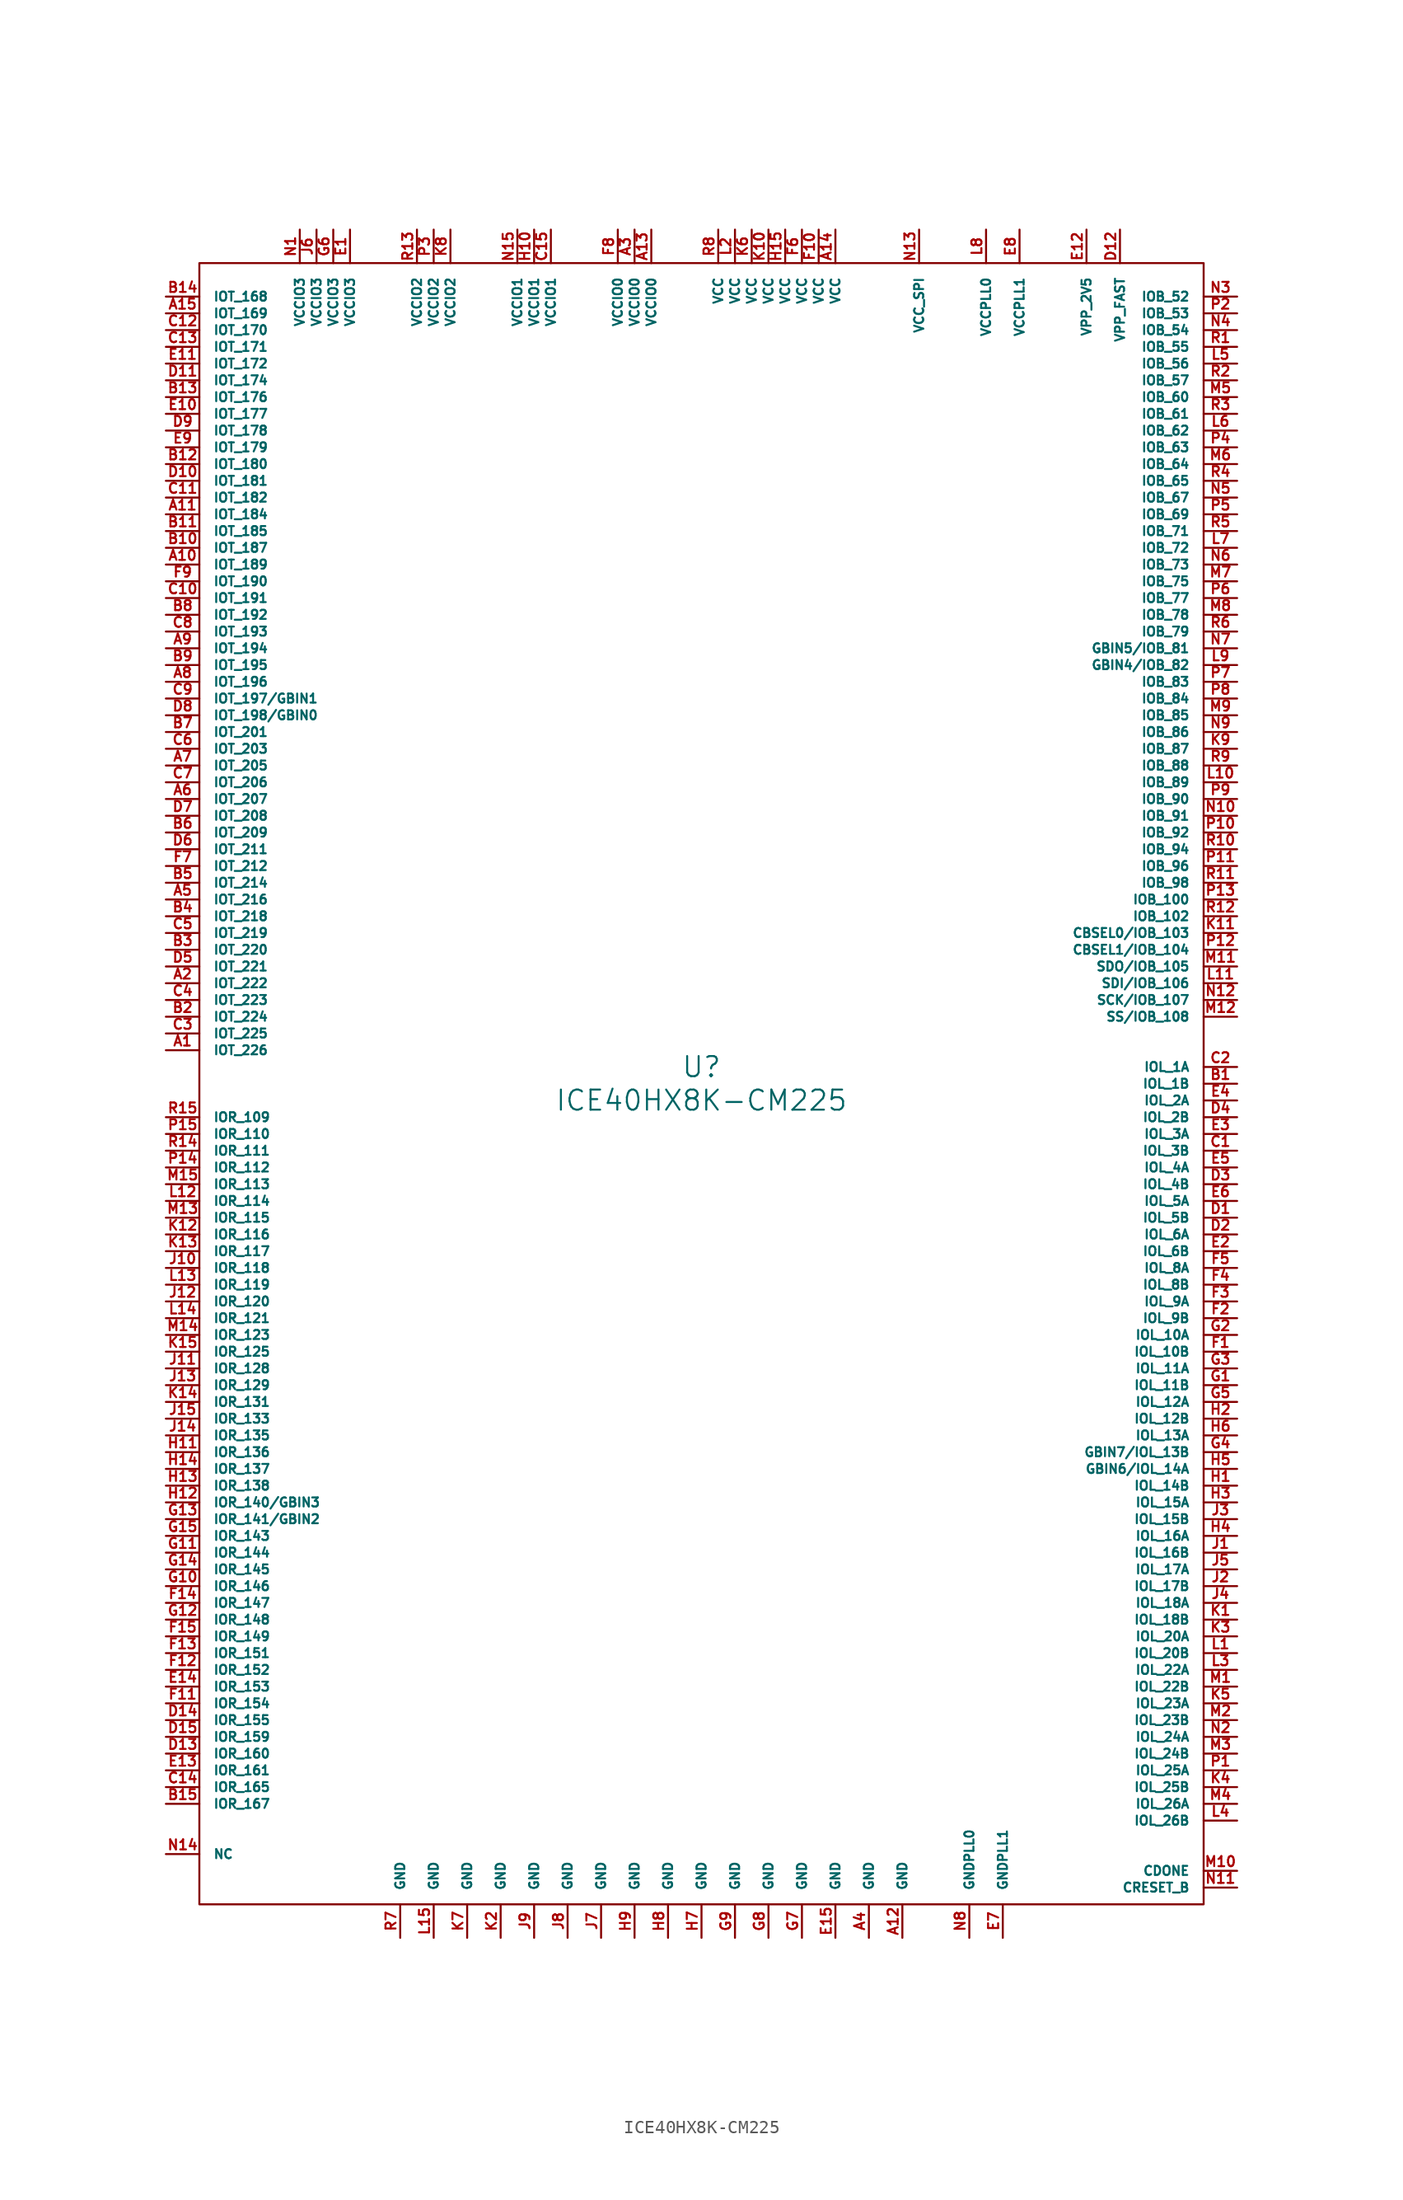
<source format=kicad_sym>
(kicad_symbol_lib
  (version 20220914)
  (generator kicad_symbol_editor)
  (symbol "ICE40HX8K-CM225"
    (pin_names
      (offset 1.016))
    (property "Reference" "U"
      (at 0 1.27 0)
      (effects (font (size 1.524 1.524))))
    (property "Value" "ICE40HX8K-CM225"
      (at 0 -1.27 0)
      (effects (font (size 1.524 1.524))))
    (property "Footprint" ""
      (at 0 3.81 0)
      (effects (font (size 1.524 1.524))))
    (property "Datasheet" ""
      (at 0 0 0)
      (effects (font (size 1.524 1.524))))
    (symbol "ICE40HX8K-CM225_0_1"
      (rectangle (start -38.1 62.23) (end 38.1 -62.23) (stroke (width 0) (type solid)) (fill (type none))))
    (symbol "ICE40HX8K-CM225_1_1"
      (pin passive line (at -40.64 2.54 0) (length 2.54) (name "IOT_226" (effects (font (size 0.686 0.686)))) (number "A1" (effects (font (size 0.762 0.762)))))
      (pin passive line (at -40.64 39.37 0) (length 2.54) (name "IOT_189" (effects (font (size 0.686 0.686)))) (number "A10" (effects (font (size 0.762 0.762)))))
      (pin passive line (at -40.64 43.18 0) (length 2.54) (name "IOT_184" (effects (font (size 0.686 0.686)))) (number "A11" (effects (font (size 0.762 0.762)))))
      (pin passive line (at 15.24 -64.77 90) (length 2.54) (name "GND" (effects (font (size 0.686 0.686)))) (number "A12" (effects (font (size 0.762 0.762)))))
      (pin passive line (at -3.81 64.77 270) (length 2.54) (name "VCCIO0" (effects (font (size 0.686 0.686)))) (number "A13" (effects (font (size 0.762 0.762)))))
      (pin passive line (at 10.16 64.77 270) (length 2.54) (name "VCC" (effects (font (size 0.686 0.686)))) (number "A14" (effects (font (size 0.762 0.762)))))
      (pin passive line (at -40.64 58.42 0) (length 2.54) (name "IOT_169" (effects (font (size 0.686 0.686)))) (number "A15" (effects (font (size 0.762 0.762)))))
      (pin passive line (at -40.64 7.62 0) (length 2.54) (name "IOT_222" (effects (font (size 0.686 0.686)))) (number "A2" (effects (font (size 0.762 0.762)))))
      (pin passive line (at -5.08 64.77 270) (length 2.54) (name "VCCIO0" (effects (font (size 0.686 0.686)))) (number "A3" (effects (font (size 0.762 0.762)))))
      (pin passive line (at 12.7 -64.77 90) (length 2.54) (name "GND" (effects (font (size 0.686 0.686)))) (number "A4" (effects (font (size 0.762 0.762)))))
      (pin passive line (at -40.64 13.97 0) (length 2.54) (name "IOT_216" (effects (font (size 0.686 0.686)))) (number "A5" (effects (font (size 0.762 0.762)))))
      (pin passive line (at -40.64 21.59 0) (length 2.54) (name "IOT_207" (effects (font (size 0.686 0.686)))) (number "A6" (effects (font (size 0.762 0.762)))))
      (pin passive line (at -40.64 24.13 0) (length 2.54) (name "IOT_205" (effects (font (size 0.686 0.686)))) (number "A7" (effects (font (size 0.762 0.762)))))
      (pin passive line (at -40.64 30.48 0) (length 2.54) (name "IOT_196" (effects (font (size 0.686 0.686)))) (number "A8" (effects (font (size 0.762 0.762)))))
      (pin passive line (at -40.64 33.02 0) (length 2.54) (name "IOT_194" (effects (font (size 0.686 0.686)))) (number "A9" (effects (font (size 0.762 0.762)))))
      (pin passive line (at 40.64 0 180) (length 2.54) (name "IOL_1B" (effects (font (size 0.686 0.686)))) (number "B1" (effects (font (size 0.762 0.762)))))
      (pin passive line (at -40.64 40.64 0) (length 2.54) (name "IOT_187" (effects (font (size 0.686 0.686)))) (number "B10" (effects (font (size 0.762 0.762)))))
      (pin passive line (at -40.64 41.91 0) (length 2.54) (name "IOT_185" (effects (font (size 0.686 0.686)))) (number "B11" (effects (font (size 0.762 0.762)))))
      (pin passive line (at -40.64 46.99 0) (length 2.54) (name "IOT_180" (effects (font (size 0.686 0.686)))) (number "B12" (effects (font (size 0.762 0.762)))))
      (pin passive line (at -40.64 52.07 0) (length 2.54) (name "IOT_176" (effects (font (size 0.686 0.686)))) (number "B13" (effects (font (size 0.762 0.762)))))
      (pin passive line (at -40.64 59.69 0) (length 2.54) (name "IOT_168" (effects (font (size 0.686 0.686)))) (number "B14" (effects (font (size 0.762 0.762)))))
      (pin passive line (at -40.64 -54.61 0) (length 2.54) (name "IOR_167" (effects (font (size 0.686 0.686)))) (number "B15" (effects (font (size 0.762 0.762)))))
      (pin passive line (at -40.64 5.08 0) (length 2.54) (name "IOT_224" (effects (font (size 0.686 0.686)))) (number "B2" (effects (font (size 0.762 0.762)))))
      (pin passive line (at -40.64 10.16 0) (length 2.54) (name "IOT_220" (effects (font (size 0.686 0.686)))) (number "B3" (effects (font (size 0.762 0.762)))))
      (pin passive line (at -40.64 12.7 0) (length 2.54) (name "IOT_218" (effects (font (size 0.686 0.686)))) (number "B4" (effects (font (size 0.762 0.762)))))
      (pin passive line (at -40.64 15.24 0) (length 2.54) (name "IOT_214" (effects (font (size 0.686 0.686)))) (number "B5" (effects (font (size 0.762 0.762)))))
      (pin passive line (at -40.64 19.05 0) (length 2.54) (name "IOT_209" (effects (font (size 0.686 0.686)))) (number "B6" (effects (font (size 0.762 0.762)))))
      (pin passive line (at -40.64 26.67 0) (length 2.54) (name "IOT_201" (effects (font (size 0.686 0.686)))) (number "B7" (effects (font (size 0.762 0.762)))))
      (pin passive line (at -40.64 35.56 0) (length 2.54) (name "IOT_192" (effects (font (size 0.686 0.686)))) (number "B8" (effects (font (size 0.762 0.762)))))
      (pin passive line (at -40.64 31.75 0) (length 2.54) (name "IOT_195" (effects (font (size 0.686 0.686)))) (number "B9" (effects (font (size 0.762 0.762)))))
      (pin passive line (at 40.64 -5.08 180) (length 2.54) (name "IOL_3B" (effects (font (size 0.686 0.686)))) (number "C1" (effects (font (size 0.762 0.762)))))
      (pin passive line (at -40.64 36.83 0) (length 2.54) (name "IOT_191" (effects (font (size 0.686 0.686)))) (number "C10" (effects (font (size 0.762 0.762)))))
      (pin passive line (at -40.64 44.45 0) (length 2.54) (name "IOT_182" (effects (font (size 0.686 0.686)))) (number "C11" (effects (font (size 0.762 0.762)))))
      (pin passive line (at -40.64 57.15 0) (length 2.54) (name "IOT_170" (effects (font (size 0.686 0.686)))) (number "C12" (effects (font (size 0.762 0.762)))))
      (pin passive line (at -40.64 55.88 0) (length 2.54) (name "IOT_171" (effects (font (size 0.686 0.686)))) (number "C13" (effects (font (size 0.762 0.762)))))
      (pin passive line (at -40.64 -53.34 0) (length 2.54) (name "IOR_165" (effects (font (size 0.686 0.686)))) (number "C14" (effects (font (size 0.762 0.762)))))
      (pin passive line (at -11.43 64.77 270) (length 2.54) (name "VCCIO1" (effects (font (size 0.686 0.686)))) (number "C15" (effects (font (size 0.762 0.762)))))
      (pin passive line (at 40.64 1.27 180) (length 2.54) (name "IOL_1A" (effects (font (size 0.686 0.686)))) (number "C2" (effects (font (size 0.762 0.762)))))
      (pin passive line (at -40.64 3.81 0) (length 2.54) (name "IOT_225" (effects (font (size 0.686 0.686)))) (number "C3" (effects (font (size 0.762 0.762)))))
      (pin passive line (at -40.64 6.35 0) (length 2.54) (name "IOT_223" (effects (font (size 0.686 0.686)))) (number "C4" (effects (font (size 0.762 0.762)))))
      (pin passive line (at -40.64 11.43 0) (length 2.54) (name "IOT_219" (effects (font (size 0.686 0.686)))) (number "C5" (effects (font (size 0.762 0.762)))))
      (pin passive line (at -40.64 25.4 0) (length 2.54) (name "IOT_203" (effects (font (size 0.686 0.686)))) (number "C6" (effects (font (size 0.762 0.762)))))
      (pin passive line (at -40.64 22.86 0) (length 2.54) (name "IOT_206" (effects (font (size 0.686 0.686)))) (number "C7" (effects (font (size 0.762 0.762)))))
      (pin passive line (at -40.64 34.29 0) (length 2.54) (name "IOT_193" (effects (font (size 0.686 0.686)))) (number "C8" (effects (font (size 0.762 0.762)))))
      (pin passive line (at -40.64 29.21 0) (length 2.54) (name "IOT_197/GBIN1" (effects (font (size 0.686 0.686)))) (number "C9" (effects (font (size 0.762 0.762)))))
      (pin passive line (at 40.64 -10.16 180) (length 2.54) (name "IOL_5B" (effects (font (size 0.686 0.686)))) (number "D1" (effects (font (size 0.762 0.762)))))
      (pin passive line (at -40.64 45.72 0) (length 2.54) (name "IOT_181" (effects (font (size 0.686 0.686)))) (number "D10" (effects (font (size 0.762 0.762)))))
      (pin passive line (at -40.64 53.34 0) (length 2.54) (name "IOT_174" (effects (font (size 0.686 0.686)))) (number "D11" (effects (font (size 0.762 0.762)))))
      (pin passive line (at 31.75 64.77 270) (length 2.54) (name "VPP_FAST" (effects (font (size 0.686 0.686)))) (number "D12" (effects (font (size 0.762 0.762)))))
      (pin passive line (at -40.64 -50.8 0) (length 2.54) (name "IOR_160" (effects (font (size 0.686 0.686)))) (number "D13" (effects (font (size 0.762 0.762)))))
      (pin passive line (at -40.64 -48.26 0) (length 2.54) (name "IOR_155" (effects (font (size 0.686 0.686)))) (number "D14" (effects (font (size 0.762 0.762)))))
      (pin passive line (at -40.64 -49.53 0) (length 2.54) (name "IOR_159" (effects (font (size 0.686 0.686)))) (number "D15" (effects (font (size 0.762 0.762)))))
      (pin passive line (at 40.64 -11.43 180) (length 2.54) (name "IOL_6A" (effects (font (size 0.686 0.686)))) (number "D2" (effects (font (size 0.762 0.762)))))
      (pin passive line (at 40.64 -7.62 180) (length 2.54) (name "IOL_4B" (effects (font (size 0.686 0.686)))) (number "D3" (effects (font (size 0.762 0.762)))))
      (pin passive line (at 40.64 -2.54 180) (length 2.54) (name "IOL_2B" (effects (font (size 0.686 0.686)))) (number "D4" (effects (font (size 0.762 0.762)))))
      (pin passive line (at -40.64 8.89 0) (length 2.54) (name "IOT_221" (effects (font (size 0.686 0.686)))) (number "D5" (effects (font (size 0.762 0.762)))))
      (pin passive line (at -40.64 17.78 0) (length 2.54) (name "IOT_211" (effects (font (size 0.686 0.686)))) (number "D6" (effects (font (size 0.762 0.762)))))
      (pin passive line (at -40.64 20.32 0) (length 2.54) (name "IOT_208" (effects (font (size 0.686 0.686)))) (number "D7" (effects (font (size 0.762 0.762)))))
      (pin passive line (at -40.64 27.94 0) (length 2.54) (name "IOT_198/GBIN0" (effects (font (size 0.686 0.686)))) (number "D8" (effects (font (size 0.762 0.762)))))
      (pin passive line (at -40.64 49.53 0) (length 2.54) (name "IOT_178" (effects (font (size 0.686 0.686)))) (number "D9" (effects (font (size 0.762 0.762)))))
      (pin passive line (at -26.67 64.77 270) (length 2.54) (name "VCCIO3" (effects (font (size 0.686 0.686)))) (number "E1" (effects (font (size 0.762 0.762)))))
      (pin passive line (at -40.64 50.8 0) (length 2.54) (name "IOT_177" (effects (font (size 0.686 0.686)))) (number "E10" (effects (font (size 0.762 0.762)))))
      (pin passive line (at -40.64 54.61 0) (length 2.54) (name "IOT_172" (effects (font (size 0.686 0.686)))) (number "E11" (effects (font (size 0.762 0.762)))))
      (pin passive line (at 29.21 64.77 270) (length 2.54) (name "VPP_2V5" (effects (font (size 0.686 0.686)))) (number "E12" (effects (font (size 0.762 0.762)))))
      (pin passive line (at -40.64 -52.07 0) (length 2.54) (name "IOR_161" (effects (font (size 0.686 0.686)))) (number "E13" (effects (font (size 0.762 0.762)))))
      (pin passive line (at -40.64 -45.72 0) (length 2.54) (name "IOR_153" (effects (font (size 0.686 0.686)))) (number "E14" (effects (font (size 0.762 0.762)))))
      (pin passive line (at 10.16 -64.77 90) (length 2.54) (name "GND" (effects (font (size 0.686 0.686)))) (number "E15" (effects (font (size 0.762 0.762)))))
      (pin passive line (at 40.64 -12.7 180) (length 2.54) (name "IOL_6B" (effects (font (size 0.686 0.686)))) (number "E2" (effects (font (size 0.762 0.762)))))
      (pin passive line (at 40.64 -3.81 180) (length 2.54) (name "IOL_3A" (effects (font (size 0.686 0.686)))) (number "E3" (effects (font (size 0.762 0.762)))))
      (pin passive line (at 40.64 -1.27 180) (length 2.54) (name "IOL_2A" (effects (font (size 0.686 0.686)))) (number "E4" (effects (font (size 0.762 0.762)))))
      (pin passive line (at 40.64 -6.35 180) (length 2.54) (name "IOL_4A" (effects (font (size 0.686 0.686)))) (number "E5" (effects (font (size 0.762 0.762)))))
      (pin passive line (at 40.64 -8.89 180) (length 2.54) (name "IOL_5A" (effects (font (size 0.686 0.686)))) (number "E6" (effects (font (size 0.762 0.762)))))
      (pin passive line (at 22.86 -64.77 90) (length 2.54) (name "GNDPLL1" (effects (font (size 0.686 0.686)))) (number "E7" (effects (font (size 0.762 0.762)))))
      (pin passive line (at 24.13 64.77 270) (length 2.54) (name "VCCPLL1" (effects (font (size 0.686 0.686)))) (number "E8" (effects (font (size 0.762 0.762)))))
      (pin passive line (at -40.64 48.26 0) (length 2.54) (name "IOT_179" (effects (font (size 0.686 0.686)))) (number "E9" (effects (font (size 0.762 0.762)))))
      (pin passive line (at 40.64 -20.32 180) (length 2.54) (name "IOL_10B" (effects (font (size 0.686 0.686)))) (number "F1" (effects (font (size 0.762 0.762)))))
      (pin passive line (at 8.89 64.77 270) (length 2.54) (name "VCC" (effects (font (size 0.686 0.686)))) (number "F10" (effects (font (size 0.762 0.762)))))
      (pin passive line (at -40.64 -46.99 0) (length 2.54) (name "IOR_154" (effects (font (size 0.686 0.686)))) (number "F11" (effects (font (size 0.762 0.762)))))
      (pin passive line (at -40.64 -44.45 0) (length 2.54) (name "IOR_152" (effects (font (size 0.686 0.686)))) (number "F12" (effects (font (size 0.762 0.762)))))
      (pin passive line (at -40.64 -43.18 0) (length 2.54) (name "IOR_151" (effects (font (size 0.686 0.686)))) (number "F13" (effects (font (size 0.762 0.762)))))
      (pin passive line (at -40.64 -39.37 0) (length 2.54) (name "IOR_147" (effects (font (size 0.686 0.686)))) (number "F14" (effects (font (size 0.762 0.762)))))
      (pin passive line (at -40.64 -41.91 0) (length 2.54) (name "IOR_149" (effects (font (size 0.686 0.686)))) (number "F15" (effects (font (size 0.762 0.762)))))
      (pin passive line (at 40.64 -17.78 180) (length 2.54) (name "IOL_9B" (effects (font (size 0.686 0.686)))) (number "F2" (effects (font (size 0.762 0.762)))))
      (pin passive line (at 40.64 -16.51 180) (length 2.54) (name "IOL_9A" (effects (font (size 0.686 0.686)))) (number "F3" (effects (font (size 0.762 0.762)))))
      (pin passive line (at 40.64 -15.24 180) (length 2.54) (name "IOL_8B" (effects (font (size 0.686 0.686)))) (number "F4" (effects (font (size 0.762 0.762)))))
      (pin passive line (at 40.64 -13.97 180) (length 2.54) (name "IOL_8A" (effects (font (size 0.686 0.686)))) (number "F5" (effects (font (size 0.762 0.762)))))
      (pin passive line (at 7.62 64.77 270) (length 2.54) (name "VCC" (effects (font (size 0.686 0.686)))) (number "F6" (effects (font (size 0.762 0.762)))))
      (pin passive line (at -40.64 16.51 0) (length 2.54) (name "IOT_212" (effects (font (size 0.686 0.686)))) (number "F7" (effects (font (size 0.762 0.762)))))
      (pin passive line (at -6.35 64.77 270) (length 2.54) (name "VCCIO0" (effects (font (size 0.686 0.686)))) (number "F8" (effects (font (size 0.762 0.762)))))
      (pin passive line (at -40.64 38.1 0) (length 2.54) (name "IOT_190" (effects (font (size 0.686 0.686)))) (number "F9" (effects (font (size 0.762 0.762)))))
      (pin passive line (at 40.64 -22.86 180) (length 2.54) (name "IOL_11B" (effects (font (size 0.686 0.686)))) (number "G1" (effects (font (size 0.762 0.762)))))
      (pin passive line (at -40.64 -38.1 0) (length 2.54) (name "IOR_146" (effects (font (size 0.686 0.686)))) (number "G10" (effects (font (size 0.762 0.762)))))
      (pin passive line (at -40.64 -35.56 0) (length 2.54) (name "IOR_144" (effects (font (size 0.686 0.686)))) (number "G11" (effects (font (size 0.762 0.762)))))
      (pin passive line (at -40.64 -40.64 0) (length 2.54) (name "IOR_148" (effects (font (size 0.686 0.686)))) (number "G12" (effects (font (size 0.762 0.762)))))
      (pin passive line (at -40.64 -33.02 0) (length 2.54) (name "IOR_141/GBIN2" (effects (font (size 0.686 0.686)))) (number "G13" (effects (font (size 0.762 0.762)))))
      (pin passive line (at -40.64 -36.83 0) (length 2.54) (name "IOR_145" (effects (font (size 0.686 0.686)))) (number "G14" (effects (font (size 0.762 0.762)))))
      (pin passive line (at -40.64 -34.29 0) (length 2.54) (name "IOR_143" (effects (font (size 0.686 0.686)))) (number "G15" (effects (font (size 0.762 0.762)))))
      (pin passive line (at 40.64 -19.05 180) (length 2.54) (name "IOL_10A" (effects (font (size 0.686 0.686)))) (number "G2" (effects (font (size 0.762 0.762)))))
      (pin passive line (at 40.64 -21.59 180) (length 2.54) (name "IOL_11A" (effects (font (size 0.686 0.686)))) (number "G3" (effects (font (size 0.762 0.762)))))
      (pin passive line (at 40.64 -27.94 180) (length 2.54) (name "GBIN7/IOL_13B" (effects (font (size 0.686 0.686)))) (number "G4" (effects (font (size 0.762 0.762)))))
      (pin passive line (at 40.64 -24.13 180) (length 2.54) (name "IOL_12A" (effects (font (size 0.686 0.686)))) (number "G5" (effects (font (size 0.762 0.762)))))
      (pin passive line (at -27.94 64.77 270) (length 2.54) (name "VCCIO3" (effects (font (size 0.686 0.686)))) (number "G6" (effects (font (size 0.762 0.762)))))
      (pin passive line (at 7.62 -64.77 90) (length 2.54) (name "GND" (effects (font (size 0.686 0.686)))) (number "G7" (effects (font (size 0.762 0.762)))))
      (pin passive line (at 5.08 -64.77 90) (length 2.54) (name "GND" (effects (font (size 0.686 0.686)))) (number "G8" (effects (font (size 0.762 0.762)))))
      (pin passive line (at 2.54 -64.77 90) (length 2.54) (name "GND" (effects (font (size 0.686 0.686)))) (number "G9" (effects (font (size 0.762 0.762)))))
      (pin passive line (at 40.64 -30.48 180) (length 2.54) (name "IOL_14B" (effects (font (size 0.686 0.686)))) (number "H1" (effects (font (size 0.762 0.762)))))
      (pin passive line (at -12.7 64.77 270) (length 2.54) (name "VCCIO1" (effects (font (size 0.686 0.686)))) (number "H10" (effects (font (size 0.762 0.762)))))
      (pin passive line (at -40.64 -27.94 0) (length 2.54) (name "IOR_136" (effects (font (size 0.686 0.686)))) (number "H11" (effects (font (size 0.762 0.762)))))
      (pin passive line (at -40.64 -31.75 0) (length 2.54) (name "IOR_140/GBIN3" (effects (font (size 0.686 0.686)))) (number "H12" (effects (font (size 0.762 0.762)))))
      (pin passive line (at -40.64 -30.48 0) (length 2.54) (name "IOR_138" (effects (font (size 0.686 0.686)))) (number "H13" (effects (font (size 0.762 0.762)))))
      (pin passive line (at -40.64 -29.21 0) (length 2.54) (name "IOR_137" (effects (font (size 0.686 0.686)))) (number "H14" (effects (font (size 0.762 0.762)))))
      (pin passive line (at 6.35 64.77 270) (length 2.54) (name "VCC" (effects (font (size 0.686 0.686)))) (number "H15" (effects (font (size 0.762 0.762)))))
      (pin passive line (at 40.64 -25.4 180) (length 2.54) (name "IOL_12B" (effects (font (size 0.686 0.686)))) (number "H2" (effects (font (size 0.762 0.762)))))
      (pin passive line (at 40.64 -31.75 180) (length 2.54) (name "IOL_15A" (effects (font (size 0.686 0.686)))) (number "H3" (effects (font (size 0.762 0.762)))))
      (pin passive line (at 40.64 -34.29 180) (length 2.54) (name "IOL_16A" (effects (font (size 0.686 0.686)))) (number "H4" (effects (font (size 0.762 0.762)))))
      (pin passive line (at 40.64 -29.21 180) (length 2.54) (name "GBIN6/IOL_14A" (effects (font (size 0.686 0.686)))) (number "H5" (effects (font (size 0.762 0.762)))))
      (pin passive line (at 40.64 -26.67 180) (length 2.54) (name "IOL_13A" (effects (font (size 0.686 0.686)))) (number "H6" (effects (font (size 0.762 0.762)))))
      (pin passive line (at 0 -64.77 90) (length 2.54) (name "GND" (effects (font (size 0.686 0.686)))) (number "H7" (effects (font (size 0.762 0.762)))))
      (pin passive line (at -2.54 -64.77 90) (length 2.54) (name "GND" (effects (font (size 0.686 0.686)))) (number "H8" (effects (font (size 0.762 0.762)))))
      (pin passive line (at -5.08 -64.77 90) (length 2.54) (name "GND" (effects (font (size 0.686 0.686)))) (number "H9" (effects (font (size 0.762 0.762)))))
      (pin passive line (at 40.64 -35.56 180) (length 2.54) (name "IOL_16B" (effects (font (size 0.686 0.686)))) (number "J1" (effects (font (size 0.762 0.762)))))
      (pin passive line (at -40.64 -13.97 0) (length 2.54) (name "IOR_118" (effects (font (size 0.686 0.686)))) (number "J10" (effects (font (size 0.762 0.762)))))
      (pin passive line (at -40.64 -21.59 0) (length 2.54) (name "IOR_128" (effects (font (size 0.686 0.686)))) (number "J11" (effects (font (size 0.762 0.762)))))
      (pin passive line (at -40.64 -16.51 0) (length 2.54) (name "IOR_120" (effects (font (size 0.686 0.686)))) (number "J12" (effects (font (size 0.762 0.762)))))
      (pin passive line (at -40.64 -22.86 0) (length 2.54) (name "IOR_129" (effects (font (size 0.686 0.686)))) (number "J13" (effects (font (size 0.762 0.762)))))
      (pin passive line (at -40.64 -26.67 0) (length 2.54) (name "IOR_135" (effects (font (size 0.686 0.686)))) (number "J14" (effects (font (size 0.762 0.762)))))
      (pin passive line (at -40.64 -25.4 0) (length 2.54) (name "IOR_133" (effects (font (size 0.686 0.686)))) (number "J15" (effects (font (size 0.762 0.762)))))
      (pin passive line (at 40.64 -38.1 180) (length 2.54) (name "IOL_17B" (effects (font (size 0.686 0.686)))) (number "J2" (effects (font (size 0.762 0.762)))))
      (pin passive line (at 40.64 -33.02 180) (length 2.54) (name "IOL_15B" (effects (font (size 0.686 0.686)))) (number "J3" (effects (font (size 0.762 0.762)))))
      (pin passive line (at 40.64 -39.37 180) (length 2.54) (name "IOL_18A" (effects (font (size 0.686 0.686)))) (number "J4" (effects (font (size 0.762 0.762)))))
      (pin passive line (at 40.64 -36.83 180) (length 2.54) (name "IOL_17A" (effects (font (size 0.686 0.686)))) (number "J5" (effects (font (size 0.762 0.762)))))
      (pin passive line (at -29.21 64.77 270) (length 2.54) (name "VCCIO3" (effects (font (size 0.686 0.686)))) (number "J6" (effects (font (size 0.762 0.762)))))
      (pin passive line (at -7.62 -64.77 90) (length 2.54) (name "GND" (effects (font (size 0.686 0.686)))) (number "J7" (effects (font (size 0.762 0.762)))))
      (pin passive line (at -10.16 -64.77 90) (length 2.54) (name "GND" (effects (font (size 0.686 0.686)))) (number "J8" (effects (font (size 0.762 0.762)))))
      (pin passive line (at -12.7 -64.77 90) (length 2.54) (name "GND" (effects (font (size 0.686 0.686)))) (number "J9" (effects (font (size 0.762 0.762)))))
      (pin passive line (at 40.64 -40.64 180) (length 2.54) (name "IOL_18B" (effects (font (size 0.686 0.686)))) (number "K1" (effects (font (size 0.762 0.762)))))
      (pin passive line (at 5.08 64.77 270) (length 2.54) (name "VCC" (effects (font (size 0.686 0.686)))) (number "K10" (effects (font (size 0.762 0.762)))))
      (pin passive line (at 40.64 11.43 180) (length 2.54) (name "CBSEL0/IOB_103" (effects (font (size 0.686 0.686)))) (number "K11" (effects (font (size 0.762 0.762)))))
      (pin passive line (at -40.64 -11.43 0) (length 2.54) (name "IOR_116" (effects (font (size 0.686 0.686)))) (number "K12" (effects (font (size 0.762 0.762)))))
      (pin passive line (at -40.64 -12.7 0) (length 2.54) (name "IOR_117" (effects (font (size 0.686 0.686)))) (number "K13" (effects (font (size 0.762 0.762)))))
      (pin passive line (at -40.64 -24.13 0) (length 2.54) (name "IOR_131" (effects (font (size 0.686 0.686)))) (number "K14" (effects (font (size 0.762 0.762)))))
      (pin passive line (at -40.64 -20.32 0) (length 2.54) (name "IOR_125" (effects (font (size 0.686 0.686)))) (number "K15" (effects (font (size 0.762 0.762)))))
      (pin passive line (at -15.24 -64.77 90) (length 2.54) (name "GND" (effects (font (size 0.686 0.686)))) (number "K2" (effects (font (size 0.762 0.762)))))
      (pin passive line (at 40.64 -41.91 180) (length 2.54) (name "IOL_20A" (effects (font (size 0.686 0.686)))) (number "K3" (effects (font (size 0.762 0.762)))))
      (pin passive line (at 40.64 -53.34 180) (length 2.54) (name "IOL_25B" (effects (font (size 0.686 0.686)))) (number "K4" (effects (font (size 0.762 0.762)))))
      (pin passive line (at 40.64 -46.99 180) (length 2.54) (name "IOL_23A" (effects (font (size 0.686 0.686)))) (number "K5" (effects (font (size 0.762 0.762)))))
      (pin passive line (at 3.81 64.77 270) (length 2.54) (name "VCC" (effects (font (size 0.686 0.686)))) (number "K6" (effects (font (size 0.762 0.762)))))
      (pin passive line (at -17.78 -64.77 90) (length 2.54) (name "GND" (effects (font (size 0.686 0.686)))) (number "K7" (effects (font (size 0.762 0.762)))))
      (pin passive line (at -19.05 64.77 270) (length 2.54) (name "VCCIO2" (effects (font (size 0.686 0.686)))) (number "K8" (effects (font (size 0.762 0.762)))))
      (pin passive line (at 40.64 25.4 180) (length 2.54) (name "IOB_87" (effects (font (size 0.686 0.686)))) (number "K9" (effects (font (size 0.762 0.762)))))
      (pin passive line (at 40.64 -43.18 180) (length 2.54) (name "IOL_20B" (effects (font (size 0.686 0.686)))) (number "L1" (effects (font (size 0.762 0.762)))))
      (pin passive line (at 40.64 22.86 180) (length 2.54) (name "IOB_89" (effects (font (size 0.686 0.686)))) (number "L10" (effects (font (size 0.762 0.762)))))
      (pin passive line (at 40.64 7.62 180) (length 2.54) (name "SDI/IOB_106" (effects (font (size 0.686 0.686)))) (number "L11" (effects (font (size 0.762 0.762)))))
      (pin passive line (at -40.64 -8.89 0) (length 2.54) (name "IOR_114" (effects (font (size 0.686 0.686)))) (number "L12" (effects (font (size 0.762 0.762)))))
      (pin passive line (at -40.64 -15.24 0) (length 2.54) (name "IOR_119" (effects (font (size 0.686 0.686)))) (number "L13" (effects (font (size 0.762 0.762)))))
      (pin passive line (at -40.64 -17.78 0) (length 2.54) (name "IOR_121" (effects (font (size 0.686 0.686)))) (number "L14" (effects (font (size 0.762 0.762)))))
      (pin passive line (at -20.32 -64.77 90) (length 2.54) (name "GND" (effects (font (size 0.686 0.686)))) (number "L15" (effects (font (size 0.762 0.762)))))
      (pin passive line (at 2.54 64.77 270) (length 2.54) (name "VCC" (effects (font (size 0.686 0.686)))) (number "L2" (effects (font (size 0.762 0.762)))))
      (pin passive line (at 40.64 -44.45 180) (length 2.54) (name "IOL_22A" (effects (font (size 0.686 0.686)))) (number "L3" (effects (font (size 0.762 0.762)))))
      (pin passive line (at 40.64 -55.88 180) (length 2.54) (name "IOL_26B" (effects (font (size 0.686 0.686)))) (number "L4" (effects (font (size 0.762 0.762)))))
      (pin passive line (at 40.64 54.61 180) (length 2.54) (name "IOB_56" (effects (font (size 0.686 0.686)))) (number "L5" (effects (font (size 0.762 0.762)))))
      (pin passive line (at 40.64 49.53 180) (length 2.54) (name "IOB_62" (effects (font (size 0.686 0.686)))) (number "L6" (effects (font (size 0.762 0.762)))))
      (pin passive line (at 40.64 40.64 180) (length 2.54) (name "IOB_72" (effects (font (size 0.686 0.686)))) (number "L7" (effects (font (size 0.762 0.762)))))
      (pin passive line (at 21.59 64.77 270) (length 2.54) (name "VCCPLL0" (effects (font (size 0.686 0.686)))) (number "L8" (effects (font (size 0.762 0.762)))))
      (pin passive line (at 40.64 31.75 180) (length 2.54) (name "GBIN4/IOB_82" (effects (font (size 0.686 0.686)))) (number "L9" (effects (font (size 0.762 0.762)))))
      (pin passive line (at 40.64 -45.72 180) (length 2.54) (name "IOL_22B" (effects (font (size 0.686 0.686)))) (number "M1" (effects (font (size 0.762 0.762)))))
      (pin passive line (at 40.64 -59.69 180) (length 2.54) (name "CDONE" (effects (font (size 0.686 0.686)))) (number "M10" (effects (font (size 0.762 0.762)))))
      (pin passive line (at 40.64 8.89 180) (length 2.54) (name "SDO/IOB_105" (effects (font (size 0.686 0.686)))) (number "M11" (effects (font (size 0.762 0.762)))))
      (pin passive line (at 40.64 5.08 180) (length 2.54) (name "SS/IOB_108" (effects (font (size 0.686 0.686)))) (number "M12" (effects (font (size 0.762 0.762)))))
      (pin passive line (at -40.64 -10.16 0) (length 2.54) (name "IOR_115" (effects (font (size 0.686 0.686)))) (number "M13" (effects (font (size 0.762 0.762)))))
      (pin passive line (at -40.64 -19.05 0) (length 2.54) (name "IOR_123" (effects (font (size 0.686 0.686)))) (number "M14" (effects (font (size 0.762 0.762)))))
      (pin passive line (at -40.64 -7.62 0) (length 2.54) (name "IOR_113" (effects (font (size 0.686 0.686)))) (number "M15" (effects (font (size 0.762 0.762)))))
      (pin passive line (at 40.64 -48.26 180) (length 2.54) (name "IOL_23B" (effects (font (size 0.686 0.686)))) (number "M2" (effects (font (size 0.762 0.762)))))
      (pin passive line (at 40.64 -50.8 180) (length 2.54) (name "IOL_24B" (effects (font (size 0.686 0.686)))) (number "M3" (effects (font (size 0.762 0.762)))))
      (pin passive line (at 40.64 -54.61 180) (length 2.54) (name "IOL_26A" (effects (font (size 0.686 0.686)))) (number "M4" (effects (font (size 0.762 0.762)))))
      (pin passive line (at 40.64 52.07 180) (length 2.54) (name "IOB_60" (effects (font (size 0.686 0.686)))) (number "M5" (effects (font (size 0.762 0.762)))))
      (pin passive line (at 40.64 46.99 180) (length 2.54) (name "IOB_64" (effects (font (size 0.686 0.686)))) (number "M6" (effects (font (size 0.762 0.762)))))
      (pin passive line (at 40.64 38.1 180) (length 2.54) (name "IOB_75" (effects (font (size 0.686 0.686)))) (number "M7" (effects (font (size 0.762 0.762)))))
      (pin passive line (at 40.64 35.56 180) (length 2.54) (name "IOB_78" (effects (font (size 0.686 0.686)))) (number "M8" (effects (font (size 0.762 0.762)))))
      (pin passive line (at 40.64 27.94 180) (length 2.54) (name "IOB_85" (effects (font (size 0.686 0.686)))) (number "M9" (effects (font (size 0.762 0.762)))))
      (pin passive line (at -30.48 64.77 270) (length 2.54) (name "VCCIO3" (effects (font (size 0.686 0.686)))) (number "N1" (effects (font (size 0.762 0.762)))))
      (pin passive line (at 40.64 20.32 180) (length 2.54) (name "IOB_91" (effects (font (size 0.686 0.686)))) (number "N10" (effects (font (size 0.762 0.762)))))
      (pin passive line (at 40.64 -60.96 180) (length 2.54) (name "CRESET_B" (effects (font (size 0.686 0.686)))) (number "N11" (effects (font (size 0.762 0.762)))))
      (pin passive line (at 40.64 6.35 180) (length 2.54) (name "SCK/IOB_107" (effects (font (size 0.686 0.686)))) (number "N12" (effects (font (size 0.762 0.762)))))
      (pin passive line (at 16.51 64.77 270) (length 2.54) (name "VCC_SPI" (effects (font (size 0.686 0.686)))) (number "N13" (effects (font (size 0.762 0.762)))))
      (pin passive line (at -40.64 -58.42 0) (length 2.54) (name "NC" (effects (font (size 0.686 0.686)))) (number "N14" (effects (font (size 0.762 0.762)))))
      (pin passive line (at -13.97 64.77 270) (length 2.54) (name "VCCIO1" (effects (font (size 0.686 0.686)))) (number "N15" (effects (font (size 0.762 0.762)))))
      (pin passive line (at 40.64 -49.53 180) (length 2.54) (name "IOL_24A" (effects (font (size 0.686 0.686)))) (number "N2" (effects (font (size 0.762 0.762)))))
      (pin passive line (at 40.64 59.69 180) (length 2.54) (name "IOB_52" (effects (font (size 0.686 0.686)))) (number "N3" (effects (font (size 0.762 0.762)))))
      (pin passive line (at 40.64 57.15 180) (length 2.54) (name "IOB_54" (effects (font (size 0.686 0.686)))) (number "N4" (effects (font (size 0.762 0.762)))))
      (pin passive line (at 40.64 44.45 180) (length 2.54) (name "IOB_67" (effects (font (size 0.686 0.686)))) (number "N5" (effects (font (size 0.762 0.762)))))
      (pin passive line (at 40.64 39.37 180) (length 2.54) (name "IOB_73" (effects (font (size 0.686 0.686)))) (number "N6" (effects (font (size 0.762 0.762)))))
      (pin passive line (at 40.64 33.02 180) (length 2.54) (name "GBIN5/IOB_81" (effects (font (size 0.686 0.686)))) (number "N7" (effects (font (size 0.762 0.762)))))
      (pin passive line (at 20.32 -64.77 90) (length 2.54) (name "GNDPLL0" (effects (font (size 0.686 0.686)))) (number "N8" (effects (font (size 0.762 0.762)))))
      (pin passive line (at 40.64 26.67 180) (length 2.54) (name "IOB_86" (effects (font (size 0.686 0.686)))) (number "N9" (effects (font (size 0.762 0.762)))))
      (pin passive line (at 40.64 -52.07 180) (length 2.54) (name "IOL_25A" (effects (font (size 0.686 0.686)))) (number "P1" (effects (font (size 0.762 0.762)))))
      (pin passive line (at 40.64 19.05 180) (length 2.54) (name "IOB_92" (effects (font (size 0.686 0.686)))) (number "P10" (effects (font (size 0.762 0.762)))))
      (pin passive line (at 40.64 16.51 180) (length 2.54) (name "IOB_96" (effects (font (size 0.686 0.686)))) (number "P11" (effects (font (size 0.762 0.762)))))
      (pin passive line (at 40.64 10.16 180) (length 2.54) (name "CBSEL1/IOB_104" (effects (font (size 0.686 0.686)))) (number "P12" (effects (font (size 0.762 0.762)))))
      (pin passive line (at 40.64 13.97 180) (length 2.54) (name "IOB_100" (effects (font (size 0.686 0.686)))) (number "P13" (effects (font (size 0.762 0.762)))))
      (pin passive line (at -40.64 -6.35 0) (length 2.54) (name "IOR_112" (effects (font (size 0.686 0.686)))) (number "P14" (effects (font (size 0.762 0.762)))))
      (pin passive line (at -40.64 -3.81 0) (length 2.54) (name "IOR_110" (effects (font (size 0.686 0.686)))) (number "P15" (effects (font (size 0.762 0.762)))))
      (pin passive line (at 40.64 58.42 180) (length 2.54) (name "IOB_53" (effects (font (size 0.686 0.686)))) (number "P2" (effects (font (size 0.762 0.762)))))
      (pin passive line (at -20.32 64.77 270) (length 2.54) (name "VCCIO2" (effects (font (size 0.686 0.686)))) (number "P3" (effects (font (size 0.762 0.762)))))
      (pin passive line (at 40.64 48.26 180) (length 2.54) (name "IOB_63" (effects (font (size 0.686 0.686)))) (number "P4" (effects (font (size 0.762 0.762)))))
      (pin passive line (at 40.64 43.18 180) (length 2.54) (name "IOB_69" (effects (font (size 0.686 0.686)))) (number "P5" (effects (font (size 0.762 0.762)))))
      (pin passive line (at 40.64 36.83 180) (length 2.54) (name "IOB_77" (effects (font (size 0.686 0.686)))) (number "P6" (effects (font (size 0.762 0.762)))))
      (pin passive line (at 40.64 30.48 180) (length 2.54) (name "IOB_83" (effects (font (size 0.686 0.686)))) (number "P7" (effects (font (size 0.762 0.762)))))
      (pin passive line (at 40.64 29.21 180) (length 2.54) (name "IOB_84" (effects (font (size 0.686 0.686)))) (number "P8" (effects (font (size 0.762 0.762)))))
      (pin passive line (at 40.64 21.59 180) (length 2.54) (name "IOB_90" (effects (font (size 0.686 0.686)))) (number "P9" (effects (font (size 0.762 0.762)))))
      (pin passive line (at 40.64 55.88 180) (length 2.54) (name "IOB_55" (effects (font (size 0.686 0.686)))) (number "R1" (effects (font (size 0.762 0.762)))))
      (pin passive line (at 40.64 17.78 180) (length 2.54) (name "IOB_94" (effects (font (size 0.686 0.686)))) (number "R10" (effects (font (size 0.762 0.762)))))
      (pin passive line (at 40.64 15.24 180) (length 2.54) (name "IOB_98" (effects (font (size 0.686 0.686)))) (number "R11" (effects (font (size 0.762 0.762)))))
      (pin passive line (at 40.64 12.7 180) (length 2.54) (name "IOB_102" (effects (font (size 0.686 0.686)))) (number "R12" (effects (font (size 0.762 0.762)))))
      (pin passive line (at -21.59 64.77 270) (length 2.54) (name "VCCIO2" (effects (font (size 0.686 0.686)))) (number "R13" (effects (font (size 0.762 0.762)))))
      (pin passive line (at -40.64 -5.08 0) (length 2.54) (name "IOR_111" (effects (font (size 0.686 0.686)))) (number "R14" (effects (font (size 0.762 0.762)))))
      (pin passive line (at -40.64 -2.54 0) (length 2.54) (name "IOR_109" (effects (font (size 0.686 0.686)))) (number "R15" (effects (font (size 0.762 0.762)))))
      (pin passive line (at 40.64 53.34 180) (length 2.54) (name "IOB_57" (effects (font (size 0.686 0.686)))) (number "R2" (effects (font (size 0.762 0.762)))))
      (pin passive line (at 40.64 50.8 180) (length 2.54) (name "IOB_61" (effects (font (size 0.686 0.686)))) (number "R3" (effects (font (size 0.762 0.762)))))
      (pin passive line (at 40.64 45.72 180) (length 2.54) (name "IOB_65" (effects (font (size 0.686 0.686)))) (number "R4" (effects (font (size 0.762 0.762)))))
      (pin passive line (at 40.64 41.91 180) (length 2.54) (name "IOB_71" (effects (font (size 0.686 0.686)))) (number "R5" (effects (font (size 0.762 0.762)))))
      (pin passive line (at 40.64 34.29 180) (length 2.54) (name "IOB_79" (effects (font (size 0.686 0.686)))) (number "R6" (effects (font (size 0.762 0.762)))))
      (pin passive line (at -22.86 -64.77 90) (length 2.54) (name "GND" (effects (font (size 0.686 0.686)))) (number "R7" (effects (font (size 0.762 0.762)))))
      (pin passive line (at 1.27 64.77 270) (length 2.54) (name "VCC" (effects (font (size 0.686 0.686)))) (number "R8" (effects (font (size 0.762 0.762)))))
      (pin passive line (at 40.64 24.13 180) (length 2.54) (name "IOB_88" (effects (font (size 0.686 0.686)))) (number "R9" (effects (font (size 0.762 0.762))))))))
</source>
